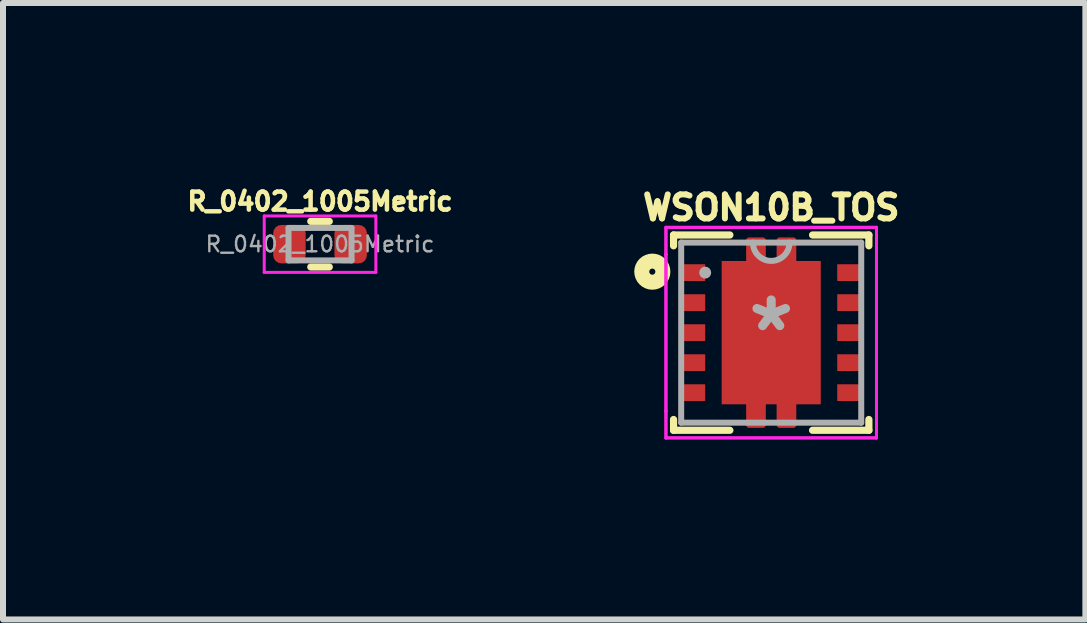
<source format=kicad_pcb>
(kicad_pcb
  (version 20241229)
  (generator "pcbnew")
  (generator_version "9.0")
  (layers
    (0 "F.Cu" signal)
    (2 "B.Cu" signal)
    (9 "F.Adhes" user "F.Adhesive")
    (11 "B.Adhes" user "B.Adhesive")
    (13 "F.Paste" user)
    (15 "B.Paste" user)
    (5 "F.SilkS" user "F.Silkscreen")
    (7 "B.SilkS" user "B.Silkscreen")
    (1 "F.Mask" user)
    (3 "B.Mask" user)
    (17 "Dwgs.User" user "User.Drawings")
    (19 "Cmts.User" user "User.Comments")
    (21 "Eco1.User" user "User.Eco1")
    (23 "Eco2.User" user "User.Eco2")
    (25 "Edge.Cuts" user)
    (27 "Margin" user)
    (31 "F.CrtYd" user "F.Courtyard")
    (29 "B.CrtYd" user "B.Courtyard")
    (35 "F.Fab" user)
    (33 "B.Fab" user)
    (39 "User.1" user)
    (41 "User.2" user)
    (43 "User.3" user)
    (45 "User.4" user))
  (footprint "WSON10B_TOS"
    (layer "F.Cu")
    (at 9.799 2.492)
    (property "Reference" "WSON10B_TOS" (at 0 -2.083 0) (layer "F.SilkS") (effects (font (size 0.4 0.4) (thickness 0.1))))
    (attr through_hole)
    (fp_poly (pts (xy -0.368 -1.194) (xy -0.368 -1.537) (xy -0.14 -1.537) (xy -0.14 -1.194)) (stroke (width 0.1) (type solid)) (fill yes) (layer "F.Cu"))
    (fp_poly (pts (xy -0.368 1.194) (xy -0.368 1.537) (xy -0.14 1.537) (xy -0.14 1.194)) (stroke (width 0.1) (type solid)) (fill yes) (layer "F.Cu"))
    (fp_poly (pts (xy 0.368 -1.194) (xy 0.368 -1.537) (xy 0.14 -1.537) (xy 0.14 -1.194)) (stroke (width 0.1) (type solid)) (fill yes) (layer "F.Cu"))
    (fp_poly (pts (xy 0.368 1.194) (xy 0.368 1.537) (xy 0.14 1.537) (xy 0.14 1.194)) (stroke (width 0.1) (type solid)) (fill yes) (layer "F.Cu"))
    (fp_poly (pts (xy -0.368 -1.194) (xy -0.368 -1.537) (xy -0.14 -1.537) (xy -0.14 -1.194)) (stroke (width 0.1) (type solid)) (fill yes) (layer "F.Mask"))
    (fp_poly (pts (xy -0.368 1.194) (xy -0.368 1.537) (xy -0.14 1.537) (xy -0.14 1.194)) (stroke (width 0.1) (type solid)) (fill yes) (layer "F.Mask"))
    (fp_poly (pts (xy 0.368 -1.194) (xy 0.368 -1.537) (xy 0.14 -1.537) (xy 0.14 -1.194)) (stroke (width 0.1) (type solid)) (fill yes) (layer "F.Mask"))
    (fp_poly (pts (xy 0.368 1.194) (xy 0.368 1.537) (xy 0.14 1.537) (xy 0.14 1.194)) (stroke (width 0.1) (type solid)) (fill yes) (layer "F.Mask"))
    (fp_line (start -1.627 -1.627) (end -1.627 -1.447) (stroke (width 0.12) (type solid)) (layer "F.SilkS"))
    (fp_line (start -1.627 1.447) (end -1.627 1.627) (stroke (width 0.12) (type solid)) (layer "F.SilkS"))
    (fp_line (start -1.627 1.627) (end -0.689 1.627) (stroke (width 0.12) (type solid)) (layer "F.SilkS"))
    (fp_line (start -0.689 -1.627) (end -1.627 -1.627) (stroke (width 0.12) (type solid)) (layer "F.SilkS"))
    (fp_line (start 0.689 1.627) (end 1.627 1.627) (stroke (width 0.12) (type solid)) (layer "F.SilkS"))
    (fp_line (start 1.627 -1.627) (end 0.689 -1.627) (stroke (width 0.12) (type solid)) (layer "F.SilkS"))
    (fp_line (start 1.627 -1.447) (end 1.627 -1.627) (stroke (width 0.12) (type solid)) (layer "F.SilkS"))
    (fp_line (start 1.627 1.627) (end 1.627 1.447) (stroke (width 0.12) (type solid)) (layer "F.SilkS"))
    (fp_circle (center -1.981 -1.016) (end -1.981 -0.965) (stroke (width 0.25) (type solid)) (fill no) (layer "F.SilkS"))
    (fp_poly (pts (xy -0.368 -1.194) (xy -0.368 -1.537) (xy -0.14 -1.537) (xy -0.14 -1.194)) (stroke (width 0.1) (type solid)) (fill yes) (layer "F.Paste"))
    (fp_poly (pts (xy -0.368 1.194) (xy -0.368 1.537) (xy -0.14 1.537) (xy -0.14 1.194)) (stroke (width 0.1) (type solid)) (fill yes) (layer "F.Paste"))
    (fp_poly (pts (xy 0.368 -1.194) (xy 0.368 -1.537) (xy 0.14 -1.537) (xy 0.14 -1.194)) (stroke (width 0.1) (type solid)) (fill yes) (layer "F.Paste"))
    (fp_poly (pts (xy 0.368 1.194) (xy 0.368 1.537) (xy 0.14 1.537) (xy 0.14 1.194)) (stroke (width 0.1) (type solid)) (fill yes) (layer "F.Paste"))
    (fp_line (start -1.754 -1.754) (end 1.754 -1.754) (stroke (width 0.05) (type solid)) (layer "F.CrtYd"))
    (fp_line (start -1.754 -1.754) (end 1.754 -1.754) (stroke (width 0.05) (type solid)) (layer "F.CrtYd"))
    (fp_line (start -1.754 -1.301) (end -1.754 -1.754) (stroke (width 0.05) (type solid)) (layer "F.CrtYd"))
    (fp_line (start -1.754 -1.301) (end -1.754 -1.754) (stroke (width 0.05) (type solid)) (layer "F.CrtYd"))
    (fp_line (start -1.754 -1.301) (end -1.754 -1.301) (stroke (width 0.05) (type solid)) (layer "F.CrtYd"))
    (fp_line (start -1.754 -1.301) (end -1.754 -1.301) (stroke (width 0.05) (type solid)) (layer "F.CrtYd"))
    (fp_line (start -1.754 1.301) (end -1.754 -1.301) (stroke (width 0.05) (type solid)) (layer "F.CrtYd"))
    (fp_line (start -1.754 1.301) (end -1.754 -1.301) (stroke (width 0.05) (type solid)) (layer "F.CrtYd"))
    (fp_line (start -1.754 1.301) (end -1.754 1.301) (stroke (width 0.05) (type solid)) (layer "F.CrtYd"))
    (fp_line (start -1.754 1.301) (end -1.754 1.301) (stroke (width 0.05) (type solid)) (layer "F.CrtYd"))
    (fp_line (start -1.754 1.754) (end -1.754 1.301) (stroke (width 0.05) (type solid)) (layer "F.CrtYd"))
    (fp_line (start -1.754 1.754) (end -1.754 1.301) (stroke (width 0.05) (type solid)) (layer "F.CrtYd"))
    (fp_line (start 1.754 -1.754) (end 1.754 -1.301) (stroke (width 0.05) (type solid)) (layer "F.CrtYd"))
    (fp_line (start 1.754 -1.754) (end 1.754 -1.301) (stroke (width 0.05) (type solid)) (layer "F.CrtYd"))
    (fp_line (start 1.754 -1.301) (end 1.754 -1.301) (stroke (width 0.05) (type solid)) (layer "F.CrtYd"))
    (fp_line (start 1.754 -1.301) (end 1.754 -1.301) (stroke (width 0.05) (type solid)) (layer "F.CrtYd"))
    (fp_line (start 1.754 -1.301) (end 1.754 1.301) (stroke (width 0.05) (type solid)) (layer "F.CrtYd"))
    (fp_line (start 1.754 -1.301) (end 1.754 1.301) (stroke (width 0.05) (type solid)) (layer "F.CrtYd"))
    (fp_line (start 1.754 1.301) (end 1.754 1.301) (stroke (width 0.05) (type solid)) (layer "F.CrtYd"))
    (fp_line (start 1.754 1.301) (end 1.754 1.301) (stroke (width 0.05) (type solid)) (layer "F.CrtYd"))
    (fp_line (start 1.754 1.301) (end 1.754 1.754) (stroke (width 0.05) (type solid)) (layer "F.CrtYd"))
    (fp_line (start 1.754 1.301) (end 1.754 1.754) (stroke (width 0.05) (type solid)) (layer "F.CrtYd"))
    (fp_line (start 1.754 1.754) (end -1.754 1.754) (stroke (width 0.05) (type solid)) (layer "F.CrtYd"))
    (fp_line (start 1.754 1.754) (end -1.754 1.754) (stroke (width 0.05) (type solid)) (layer "F.CrtYd"))
    (fp_line (start -1.5 -1.5) (end -1.5 1.5) (stroke (width 0.1) (type solid)) (layer "F.Fab"))
    (fp_line (start -1.5 1.5) (end 1.5 1.5) (stroke (width 0.1) (type solid)) (layer "F.Fab"))
    (fp_line (start 1.5 -1.5) (end -1.5 -1.5) (stroke (width 0.1) (type solid)) (layer "F.Fab"))
    (fp_line (start 1.5 1.5) (end 1.5 -1.5) (stroke (width 0.1) (type solid)) (layer "F.Fab"))
    (fp_arc (start 0.3048 -1.499997) (mid 0 -1.195197) (end -0.3048 -1.499997) (stroke (width 0.1) (type solid)) (layer "F.Fab"))
    (fp_circle (center -1.1 -1) (end -1.1 -1) (stroke (width 0.1) (type solid)) (fill no) (layer "F.Fab"))
    (fp_text user "*" (at 0 0 0) (layer "F.Fab") (effects (font (size 1 1) (thickness 0.15))))
    (pad "1" smd rect (at -1.3 -1) (size 0.4 0.279) (layers "F.Cu" "F.Mask" "F.Paste"))
    (pad "2" smd rect (at -1.3 -0.5) (size 0.4 0.279) (layers "F.Cu" "F.Mask" "F.Paste"))
    (pad "3" smd rect (at -1.3 0) (size 0.4 0.279) (layers "F.Cu" "F.Mask" "F.Paste"))
    (pad "4" smd rect (at -1.3 0.5) (size 0.4 0.279) (layers "F.Cu" "F.Mask" "F.Paste"))
    (pad "5" smd rect (at -1.3 1) (size 0.4 0.279) (layers "F.Cu" "F.Mask" "F.Paste"))
    (pad "6" smd rect (at 1.3 1) (size 0.4 0.279) (layers "F.Cu" "F.Mask" "F.Paste"))
    (pad "7" smd rect (at 1.3 0.5) (size 0.4 0.279) (layers "F.Cu" "F.Mask" "F.Paste"))
    (pad "8" smd rect (at 1.3 0) (size 0.4 0.279) (layers "F.Cu" "F.Mask" "F.Paste"))
    (pad "9" smd rect (at 1.3 -0.5) (size 0.4 0.279) (layers "F.Cu" "F.Mask" "F.Paste"))
    (pad "10" smd rect (at 1.3 -1) (size 0.4 0.279) (layers "F.Cu" "F.Mask" "F.Paste"))
    (pad "11" smd rect (at 0 0) (size 1.651 2.388) (layers "F.Cu" "F.Mask" "F.Paste")))
  (footprint "R_0402_1005Metric"
    (layer "F.Cu")
    (at 2.282 1.018)
    (property "Reference" "R_0402_1005Metric" (at 0 -0.711 0) (layer "F.SilkS") (effects (font (size 0.3 0.3) (thickness 0.075))))
    (attr smd)
    (fp_line (start -0.154 -0.38) (end 0.154 -0.38) (stroke (width 0.12) (type solid)) (layer "F.SilkS"))
    (fp_line (start -0.154 0.38) (end 0.154 0.38) (stroke (width 0.12) (type solid)) (layer "F.SilkS"))
    (fp_line (start -0.93 -0.47) (end 0.93 -0.47) (stroke (width 0.05) (type solid)) (layer "F.CrtYd"))
    (fp_line (start -0.93 0.47) (end -0.93 -0.47) (stroke (width 0.05) (type solid)) (layer "F.CrtYd"))
    (fp_line (start 0.93 -0.47) (end 0.93 0.47) (stroke (width 0.05) (type solid)) (layer "F.CrtYd"))
    (fp_line (start 0.93 0.47) (end -0.93 0.47) (stroke (width 0.05) (type solid)) (layer "F.CrtYd"))
    (fp_line (start -0.525 -0.27) (end 0.525 -0.27) (stroke (width 0.1) (type solid)) (layer "F.Fab"))
    (fp_line (start -0.525 0.27) (end -0.525 -0.27) (stroke (width 0.1) (type solid)) (layer "F.Fab"))
    (fp_line (start 0.525 -0.27) (end 0.525 0.27) (stroke (width 0.1) (type solid)) (layer "F.Fab"))
    (fp_line (start 0.525 0.27) (end -0.525 0.27) (stroke (width 0.1) (type solid)) (layer "F.Fab"))
    (fp_text user "${REFERENCE}" (at 0 0 0) (layer "F.Fab") (effects (font (size 0.26 0.26) (thickness 0.04))))
    (pad "1" smd roundrect (at -0.51 0) (size 0.54 0.64) (layers "F.Cu" "F.Mask" "F.Paste") (roundrect_rratio 0.25))
    (pad "2" smd roundrect (at 0.51 0) (size 0.54 0.64) (layers "F.Cu" "F.Mask" "F.Paste") (roundrect_rratio 0.25)))
  (gr_rect
    (start -3 -3)
    (end 15.033 7.271)
    (stroke (width 0.1) (type default))
    (fill no)
    (layer "Edge.Cuts")))
</source>
